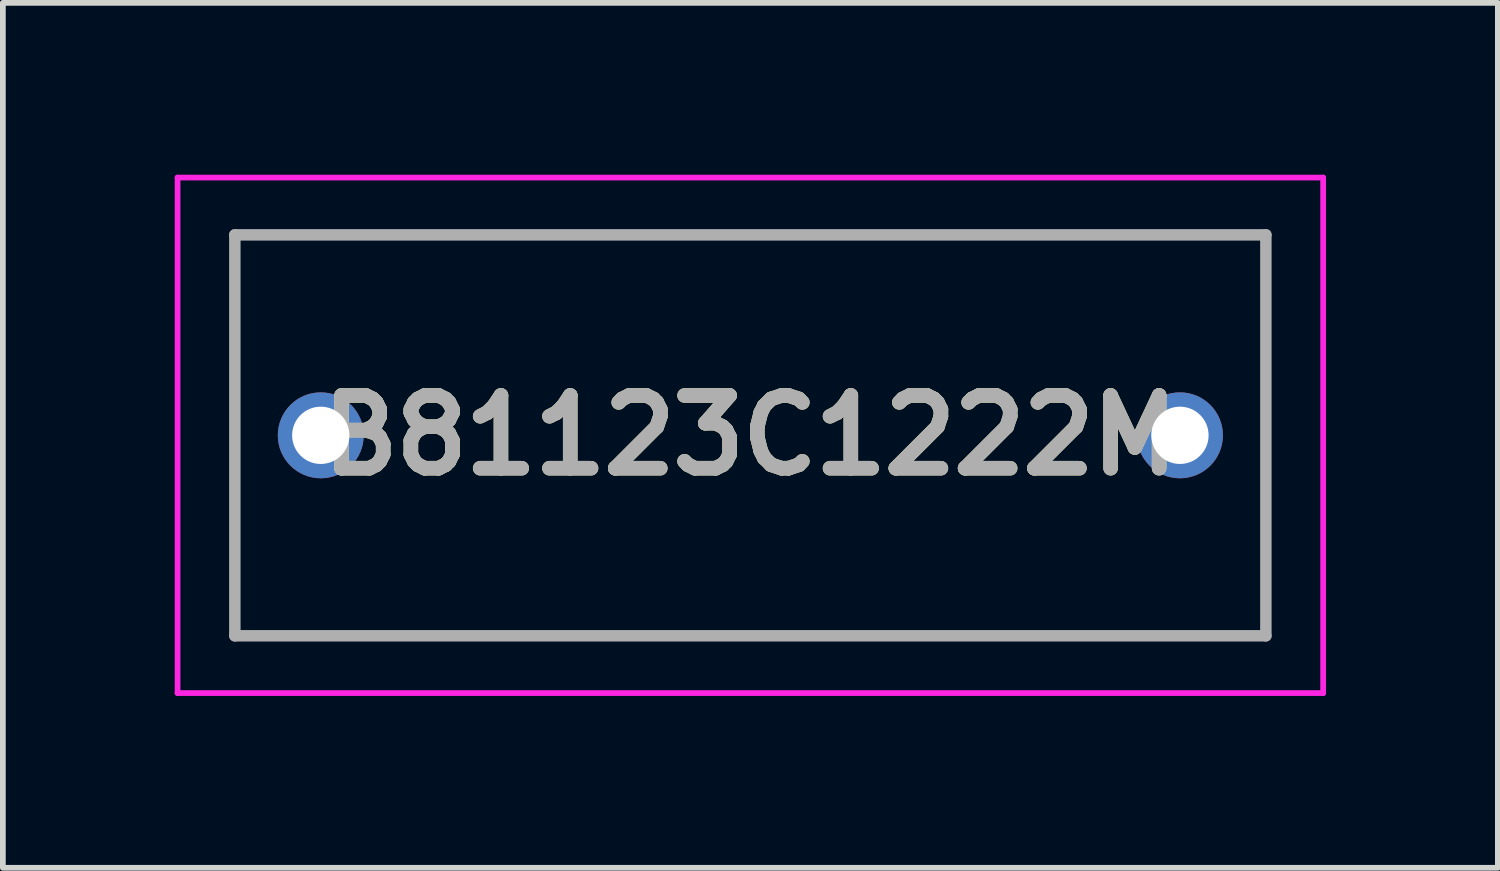
<source format=kicad_pcb>
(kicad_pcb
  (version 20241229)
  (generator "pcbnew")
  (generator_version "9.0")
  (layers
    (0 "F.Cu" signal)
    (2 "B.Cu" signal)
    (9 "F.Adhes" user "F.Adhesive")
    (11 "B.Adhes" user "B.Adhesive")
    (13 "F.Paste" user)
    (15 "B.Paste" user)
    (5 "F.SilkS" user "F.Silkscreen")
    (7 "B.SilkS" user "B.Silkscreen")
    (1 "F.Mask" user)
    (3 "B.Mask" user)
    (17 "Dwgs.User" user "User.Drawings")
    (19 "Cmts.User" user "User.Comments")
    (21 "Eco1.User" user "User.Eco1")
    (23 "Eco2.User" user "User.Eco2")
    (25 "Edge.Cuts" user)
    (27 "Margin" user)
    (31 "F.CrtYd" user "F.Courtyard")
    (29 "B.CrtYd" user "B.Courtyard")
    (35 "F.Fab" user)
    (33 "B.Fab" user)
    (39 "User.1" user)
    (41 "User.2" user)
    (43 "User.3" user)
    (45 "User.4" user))
  (footprint "B81123C1222M"
    (layer "F.Cu")
    (at 2.55 4.55)
    (property "Reference" "B81123C1222M" (at 7.5 0 0) (layer "F.SilkS") (effects (font (size 1.27 1.27) (thickness 0.254))))
    (attr through_hole)
    (fp_line (start -1.5 -3.5) (end 16.5 -3.5) (stroke (width 0.1) (type solid)) (layer "F.SilkS"))
    (fp_line (start -1.5 3.5) (end -1.5 -3.5) (stroke (width 0.1) (type solid)) (layer "F.SilkS"))
    (fp_line (start 16.5 -3.5) (end 16.5 3.5) (stroke (width 0.1) (type solid)) (layer "F.SilkS"))
    (fp_line (start 16.5 3.5) (end -1.5 3.5) (stroke (width 0.1) (type solid)) (layer "F.SilkS"))
    (fp_line (start -2.5 -4.5) (end 17.5 -4.5) (stroke (width 0.1) (type solid)) (layer "F.CrtYd"))
    (fp_line (start -2.5 4.5) (end -2.5 -4.5) (stroke (width 0.1) (type solid)) (layer "F.CrtYd"))
    (fp_line (start 17.5 -4.5) (end 17.5 4.5) (stroke (width 0.1) (type solid)) (layer "F.CrtYd"))
    (fp_line (start 17.5 4.5) (end -2.5 4.5) (stroke (width 0.1) (type solid)) (layer "F.CrtYd"))
    (fp_line (start -1.5 -3.5) (end 16.5 -3.5) (stroke (width 0.2) (type solid)) (layer "F.Fab"))
    (fp_line (start -1.5 3.5) (end -1.5 -3.5) (stroke (width 0.2) (type solid)) (layer "F.Fab"))
    (fp_line (start 16.5 -3.5) (end 16.5 3.5) (stroke (width 0.2) (type solid)) (layer "F.Fab"))
    (fp_line (start 16.5 3.5) (end -1.5 3.5) (stroke (width 0.2) (type solid)) (layer "F.Fab"))
    (fp_text user "${REFERENCE}" (at 7.5 0 0) (layer "F.Fab") (effects (font (size 1.27 1.27) (thickness 0.254))))
    (pad "1" thru_hole circle (at 0 0) (size 1.5 1.5) (drill 1) (layers "*.Cu" "*.Mask"))
    (pad "2" thru_hole circle (at 15 0) (size 1.5 1.5) (drill 1) (layers "*.Cu" "*.Mask")))
  (gr_rect
    (start -3 -3)
    (end 23.1 12.1)
    (stroke (width 0.1) (type default))
    (fill no)
    (layer "Edge.Cuts")))
</source>
